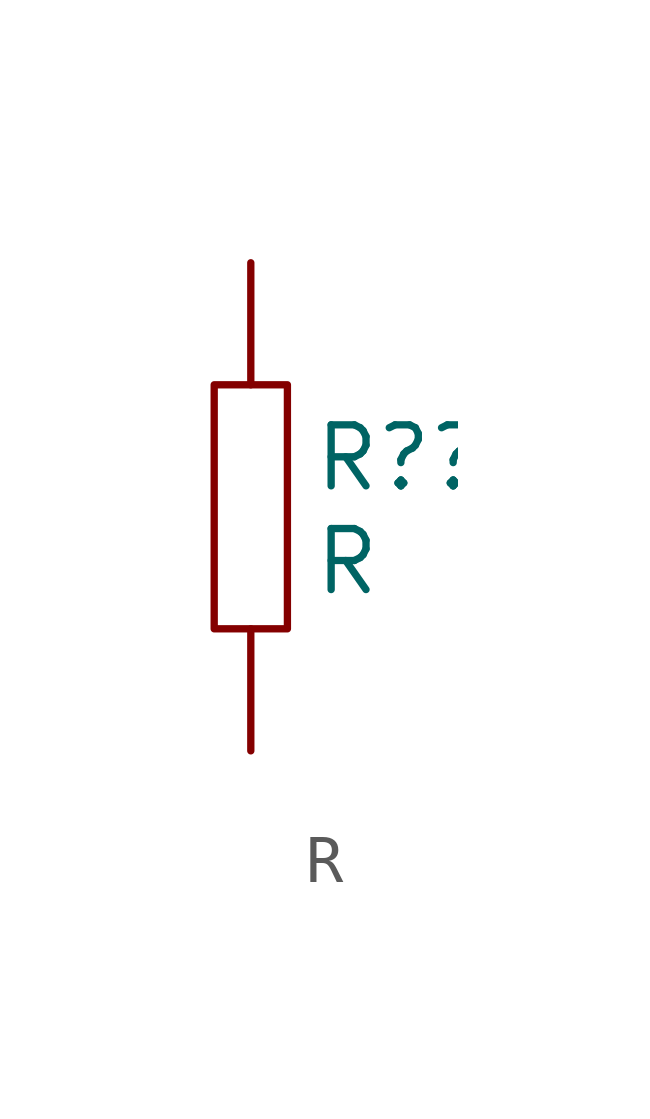
<source format=kicad_sym>
(kicad_symbol_lib
  (version 20220914)
  (generator kicad_symbol_editor)
  (symbol "R"
    (pin_numbers hide)
    (pin_names hide)
    (property "Reference" "R?"
      (at 1.27 1.016 0)
      (effects (font (size 1.27 1.27)) (justify left)))
    (property "Value" "R"
      (at 1.27 -1.143 0)
      (effects (font (size 1.27 1.27)) (justify left)))
    (symbol "R_0_1"
      (polyline (pts (xy -0.762 2.54) (xy 0.762 2.54) (xy 0.762 -2.54) (xy -0.762 -2.54) (xy -0.762 2.54)) (stroke (width 0) (type default)) (fill (type none))))
    (symbol "R_1_1"
      (pin passive line (at 0 5.08 270) (length 2.54) (name "1" (effects (font (size 1.27 1.27)))) (number "1" (effects (font (size 1.27 1.27)))))
      (pin passive line (at 0 -5.08 90) (length 2.54) (name "2" (effects (font (size 1.27 1.27)))) (number "2" (effects (font (size 1.27 1.27))))))))
</source>
